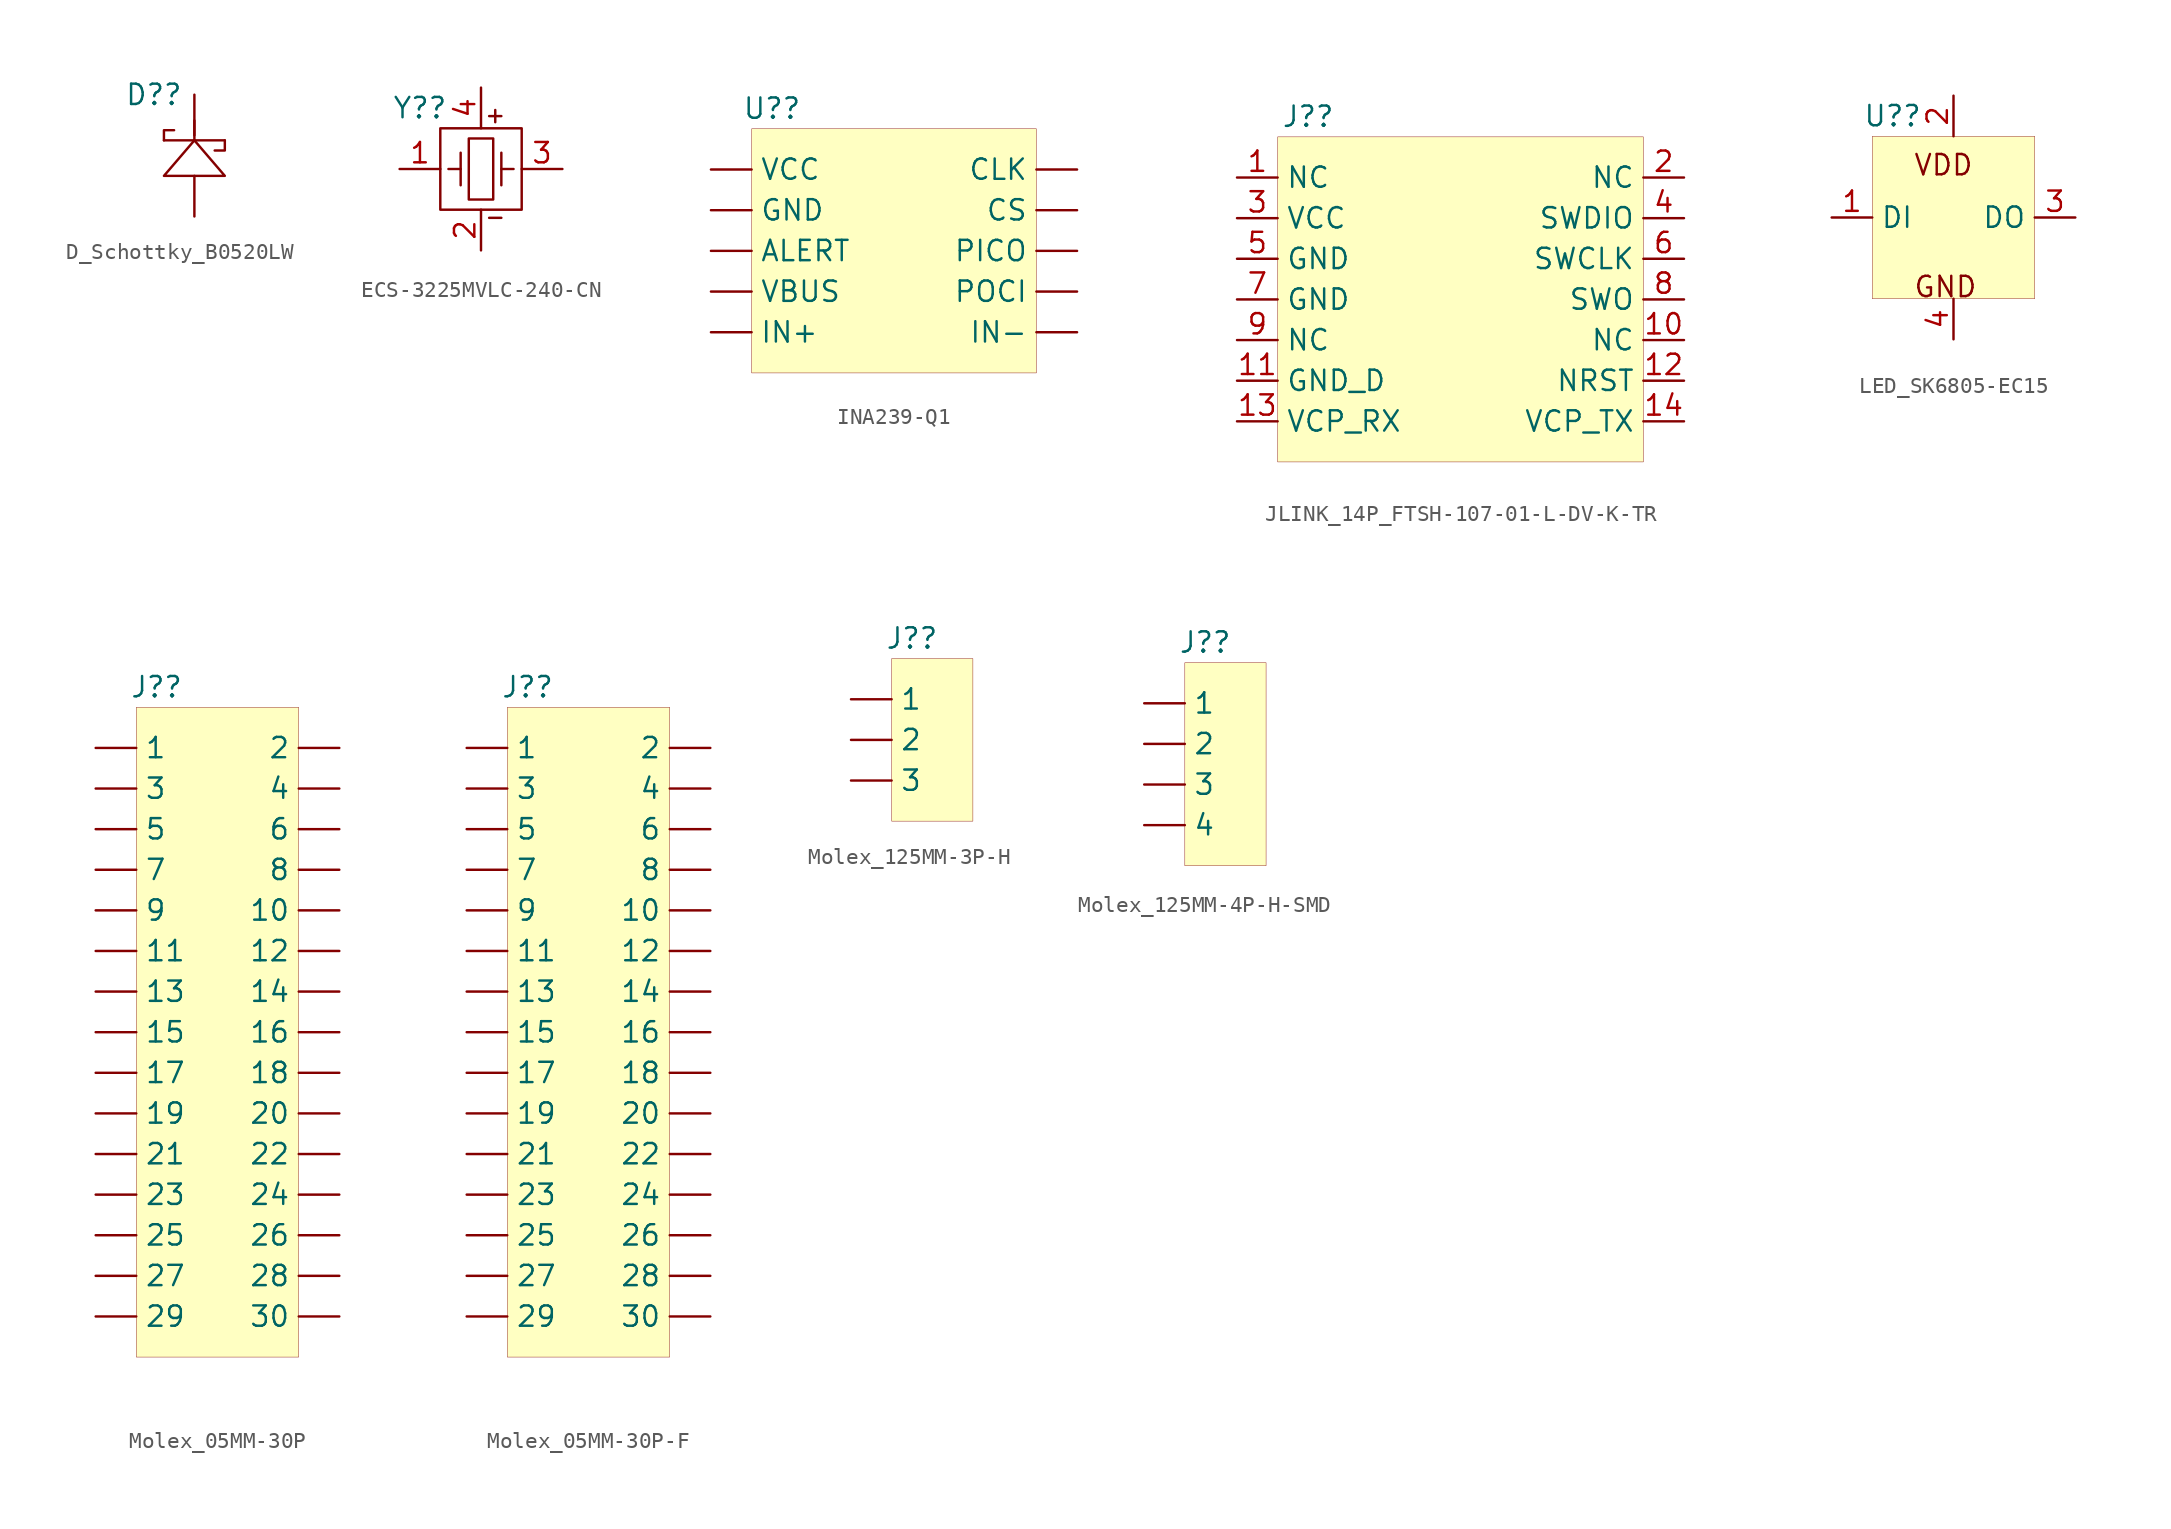
<source format=kicad_sym>
(kicad_symbol_lib
  (version 20241209)
  (generator "kicad_symbol_editor")
  (generator_version "9.0")
  (symbol "D_Schottky_B0520LW"
    (pin_numbers
      (hide yes))
    (pin_names
      (hide yes))
    (property "Reference" "D?"
      (at -2.54 3.81 0)
      (effects (font (size 1.27 1.27))))
    (property "Value" ""
      (at 0 0 0)
      (effects (font (size 1.27 1.27))))
    (symbol "D_Schottky_B0520LW_1_0"
      (polyline (pts (xy -1.905 0.953) (xy 0 0.953)) (stroke (width 0) (type solid)) (fill (type none)))
      (polyline (pts (xy -1.905 0.953) (xy -1.905 1.588) (xy -1.27 1.588)) (stroke (width 0) (type solid)) (fill (type none)))
      (polyline (pts (xy -1.905 -1.27) (xy 1.905 -1.27) (xy 0 0.953) (xy -1.905 -1.27)) (stroke (width 0) (type solid)) (fill (type none)))
      (polyline (pts (xy 0 0.924) (xy 0 2.194)) (stroke (width 0) (type solid)) (fill (type none)))
      (polyline (pts (xy 1.905 0.953) (xy 0 0.953)) (stroke (width 0) (type solid)) (fill (type none)))
      (polyline (pts (xy 1.905 0.953) (xy 1.905 0.318) (xy 1.27 0.318)) (stroke (width 0) (type solid)) (fill (type none)))
      (pin passive line (at 0 3.81 270) (length 2.54) (name "2" (effects (font (size 1.27 1.27)))) (number "2" (effects (font (size 1.27 1.27)))))
      (pin passive line (at 0 -3.81 90) (length 2.54) (name "1" (effects (font (size 1.27 1.27)))) (number "1" (effects (font (size 1.27 1.27)))))))
  (symbol "ECS-3225MVLC-240-CN"
    (pin_names
      (hide yes))
    (property "Reference" "Y?"
      (at -3.81 3.81 0)
      (effects (font (size 1.27 1.27))))
    (property "Value" ""
      (at 0 0 0)
      (effects (font (size 1.27 1.27))))
    (symbol "ECS-3225MVLC-240-CN_1_0"
      (polyline (pts (xy -2.54 2.54) (xy 2.54 2.54) (xy 2.54 -2.54) (xy -2.54 -2.54) (xy -2.54 2.54)) (stroke (width 0) (type solid)) (fill (type none)))
      (polyline (pts (xy -2.032 0) (xy -1.27 0)) (stroke (width 0) (type solid)) (fill (type none)))
      (polyline (pts (xy -1.27 1.016) (xy -1.27 -1.016)) (stroke (width 0) (type solid)) (fill (type none)))
      (polyline (pts (xy -0.762 1.905) (xy 0.762 1.905) (xy 0.762 -1.905) (xy -0.762 -1.905) (xy -0.762 1.905)) (stroke (width 0) (type solid)) (fill (type none)))
      (polyline (pts (xy 0.889 3.683) (xy 0.889 2.921)) (stroke (width 0) (type solid)) (fill (type none)))
      (polyline (pts (xy 1.27 3.302) (xy 0.508 3.302)) (stroke (width 0) (type solid)) (fill (type none)))
      (polyline (pts (xy 1.27 -1.016) (xy 1.27 1.016)) (stroke (width 0) (type solid)) (fill (type none)))
      (polyline (pts (xy 1.27 -3.048) (xy 0.508 -3.048)) (stroke (width 0) (type solid)) (fill (type none)))
      (polyline (pts (xy 2.032 0) (xy 1.27 0)) (stroke (width 0) (type solid)) (fill (type none)))
      (pin input line (at -5.08 0 0) (length 2.54) (name "1" (effects (font (size 1.27 1.27)))) (number "1" (effects (font (size 1.27 1.27)))))
      (pin power_in line (at 0 5.08 270) (length 2.54) (name "4" (effects (font (size 1.27 1.27)))) (number "4" (effects (font (size 1.27 1.27)))))
      (pin power_in line (at 0 -5.08 90) (length 2.54) (name "2" (effects (font (size 1.27 1.27)))) (number "2" (effects (font (size 1.27 1.27)))))
      (pin output line (at 5.08 0 180) (length 2.54) (name "3" (effects (font (size 1.27 1.27)))) (number "3" (effects (font (size 1.27 1.27)))))))
  (symbol "INA239-Q1"
    (pin_numbers
      (hide yes))
    (property "Reference" "U?"
      (at -7.62 8.89 0)
      (effects (font (size 1.27 1.27))))
    (property "Value" ""
      (at 0 0 0)
      (effects (font (size 1.27 1.27))))
    (symbol "INA239-Q1_1_0"
      (rectangle (start -8.89 7.62) (end 8.89 -7.62) (stroke (width 0.025) (type solid) (color 128 0 0 1)) (fill (type background)))
      (pin passive line (at -11.43 5.08 0) (length 2.54) (name "VCC" (effects (font (size 1.27 1.27)))) (number "6" (effects (font (size 1.27 1.27)))))
      (pin passive line (at -11.43 2.54 0) (length 2.54) (name "GND" (effects (font (size 1.27 1.27)))) (number "7" (effects (font (size 1.27 1.27)))))
      (pin passive line (at -11.43 0 0) (length 2.54) (name "ALERT" (effects (font (size 1.27 1.27)))) (number "3" (effects (font (size 1.27 1.27)))))
      (pin passive line (at -11.43 -2.54 0) (length 2.54) (name "VBUS" (effects (font (size 1.27 1.27)))) (number "8" (effects (font (size 1.27 1.27)))))
      (pin passive line (at -11.43 -5.08 0) (length 2.54) (name "IN+" (effects (font (size 1.27 1.27)))) (number "10" (effects (font (size 1.27 1.27)))))
      (pin passive line (at 11.43 5.08 180) (length 2.54) (name "CLK" (effects (font (size 1.27 1.27)))) (number "5" (effects (font (size 1.27 1.27)))))
      (pin passive line (at 11.43 2.54 180) (length 2.54) (name "CS" (effects (font (size 1.27 1.27)))) (number "1" (effects (font (size 1.27 1.27)))))
      (pin passive line (at 11.43 0 180) (length 2.54) (name "PICO" (effects (font (size 1.27 1.27)))) (number "2" (effects (font (size 1.27 1.27)))))
      (pin passive line (at 11.43 -2.54 180) (length 2.54) (name "POCI" (effects (font (size 1.27 1.27)))) (number "4" (effects (font (size 1.27 1.27)))))
      (pin passive line (at 11.43 -5.08 180) (length 2.54) (name "IN-" (effects (font (size 1.27 1.27)))) (number "9" (effects (font (size 1.27 1.27)))))))
  (symbol "JLINK_14P_FTSH-107-01-L-DV-K-TR"
    (property "Reference" "J?"
      (at -3.175 8.89 0)
      (effects (font (size 1.27 1.27))))
    (property "Value" ""
      (at 0 0 0)
      (effects (font (size 1.27 1.27))))
    (symbol "JLINK_14P_FTSH-107-01-L-DV-K-TR_1_0"
      (rectangle (start 17.78 7.62) (end -5.08 -12.7) (stroke (width 0.025) (type solid) (color 128 0 0 1)) (fill (type background)))
      (pin passive line (at -7.62 5.08 0) (length 2.54) (name "NC" (effects (font (size 1.27 1.27)))) (number "1" (effects (font (size 1.27 1.27)))))
      (pin passive line (at -7.62 2.54 0) (length 2.54) (name "VCC" (effects (font (size 1.27 1.27)))) (number "3" (effects (font (size 1.27 1.27)))))
      (pin passive line (at -7.62 0 0) (length 2.54) (name "GND" (effects (font (size 1.27 1.27)))) (number "5" (effects (font (size 1.27 1.27)))))
      (pin passive line (at -7.62 -2.54 0) (length 2.54) (name "GND" (effects (font (size 1.27 1.27)))) (number "7" (effects (font (size 1.27 1.27)))))
      (pin passive line (at -7.62 -5.08 0) (length 2.54) (name "NC" (effects (font (size 1.27 1.27)))) (number "9" (effects (font (size 1.27 1.27)))))
      (pin passive line (at -7.62 -7.62 0) (length 2.54) (name "GND_D" (effects (font (size 1.27 1.27)))) (number "11" (effects (font (size 1.27 1.27)))))
      (pin passive line (at -7.62 -10.16 0) (length 2.54) (name "VCP_RX" (effects (font (size 1.27 1.27)))) (number "13" (effects (font (size 1.27 1.27)))))
      (pin passive line (at 20.32 5.08 180) (length 2.54) (name "NC" (effects (font (size 1.27 1.27)))) (number "2" (effects (font (size 1.27 1.27)))))
      (pin passive line (at 20.32 2.54 180) (length 2.54) (name "SWDIO" (effects (font (size 1.27 1.27)))) (number "4" (effects (font (size 1.27 1.27)))))
      (pin passive line (at 20.32 0 180) (length 2.54) (name "SWCLK" (effects (font (size 1.27 1.27)))) (number "6" (effects (font (size 1.27 1.27)))))
      (pin passive line (at 20.32 -2.54 180) (length 2.54) (name "SWO" (effects (font (size 1.27 1.27)))) (number "8" (effects (font (size 1.27 1.27)))))
      (pin passive line (at 20.32 -5.08 180) (length 2.54) (name "NC" (effects (font (size 1.27 1.27)))) (number "10" (effects (font (size 1.27 1.27)))))
      (pin passive line (at 20.32 -7.62 180) (length 2.54) (name "NRST" (effects (font (size 1.27 1.27)))) (number "12" (effects (font (size 1.27 1.27)))))
      (pin passive line (at 20.32 -10.16 180) (length 2.54) (name "VCP_TX" (effects (font (size 1.27 1.27)))) (number "14" (effects (font (size 1.27 1.27)))))))
  (symbol "LED_SK6805-EC15"
    (property "Reference" "U?"
      (at -3.81 8.89 0)
      (effects (font (size 1.27 1.27))))
    (property "Value" ""
      (at 0 0 0)
      (effects (font (size 1.27 1.27))))
    (symbol "LED_SK6805-EC15_1_0"
      (rectangle (start 5.08 7.62) (end -5.08 -2.54) (stroke (width 0.025) (type solid) (color 128 0 0 1)) (fill (type background)))
      (text "VDD" (at -2.54 5.08 0) (effects (font (size 1.27 1.27)) (justify left bottom)))
      (text "GND" (at -2.54 -2.54 0) (effects (font (size 1.27 1.27)) (justify left bottom)))
      (pin passive line (at -7.62 2.54 0) (length 2.54) (name "DI" (effects (font (size 1.27 1.27)))) (number "1" (effects (font (size 1.27 1.27)))))
      (pin passive line (at 0 10.16 270) (length 2.54) (name "VDD" (effects (font (size 0 0)))) (number "2" (effects (font (size 1.27 1.27)))))
      (pin passive line (at 0 -5.08 90) (length 2.54) (name "GND" (effects (font (size 0 0)))) (number "4" (effects (font (size 1.27 1.27)))))
      (pin passive line (at 7.62 2.54 180) (length 2.54) (name "DO" (effects (font (size 1.27 1.27)))) (number "3" (effects (font (size 1.27 1.27)))))))
  (symbol "Molex_05MM-30P"
    (pin_numbers
      (hide yes))
    (property "Reference" "J?"
      (at -3.81 13.97 0)
      (effects (font (size 1.27 1.27))))
    (property "Value" ""
      (at 0 0 0)
      (effects (font (size 1.27 1.27))))
    (symbol "Molex_05MM-30P_1_0"
      (rectangle (start 5.08 12.7) (end -5.08 -27.94) (stroke (width 0.025) (type solid) (color 128 0 0 1)) (fill (type background)))
      (pin passive line (at -7.62 10.16 0) (length 2.54) (name "1" (effects (font (size 1.27 1.27)))) (number "1" (effects (font (size 1.27 1.27)))))
      (pin passive line (at -7.62 7.62 0) (length 2.54) (name "3" (effects (font (size 1.27 1.27)))) (number "3" (effects (font (size 1.27 1.27)))))
      (pin passive line (at -7.62 5.08 0) (length 2.54) (name "5" (effects (font (size 1.27 1.27)))) (number "5" (effects (font (size 1.27 1.27)))))
      (pin passive line (at -7.62 2.54 0) (length 2.54) (name "7" (effects (font (size 1.27 1.27)))) (number "7" (effects (font (size 1.27 1.27)))))
      (pin passive line (at -7.62 0 0) (length 2.54) (name "9" (effects (font (size 1.27 1.27)))) (number "9" (effects (font (size 1.27 1.27)))))
      (pin passive line (at -7.62 -2.54 0) (length 2.54) (name "11" (effects (font (size 1.27 1.27)))) (number "11" (effects (font (size 1.27 1.27)))))
      (pin passive line (at -7.62 -5.08 0) (length 2.54) (name "13" (effects (font (size 1.27 1.27)))) (number "13" (effects (font (size 1.27 1.27)))))
      (pin passive line (at -7.62 -7.62 0) (length 2.54) (name "15" (effects (font (size 1.27 1.27)))) (number "15" (effects (font (size 1.27 1.27)))))
      (pin passive line (at -7.62 -10.16 0) (length 2.54) (name "17" (effects (font (size 1.27 1.27)))) (number "17" (effects (font (size 1.27 1.27)))))
      (pin passive line (at -7.62 -12.7 0) (length 2.54) (name "19" (effects (font (size 1.27 1.27)))) (number "19" (effects (font (size 1.27 1.27)))))
      (pin passive line (at -7.62 -15.24 0) (length 2.54) (name "21" (effects (font (size 1.27 1.27)))) (number "21" (effects (font (size 1.27 1.27)))))
      (pin passive line (at -7.62 -17.78 0) (length 2.54) (name "23" (effects (font (size 1.27 1.27)))) (number "23" (effects (font (size 1.27 1.27)))))
      (pin passive line (at -7.62 -20.32 0) (length 2.54) (name "25" (effects (font (size 1.27 1.27)))) (number "25" (effects (font (size 1.27 1.27)))))
      (pin passive line (at -7.62 -22.86 0) (length 2.54) (name "27" (effects (font (size 1.27 1.27)))) (number "27" (effects (font (size 1.27 1.27)))))
      (pin passive line (at -7.62 -25.4 0) (length 2.54) (name "29" (effects (font (size 1.27 1.27)))) (number "29" (effects (font (size 1.27 1.27)))))
      (pin passive line (at 7.62 10.16 180) (length 2.54) (name "2" (effects (font (size 1.27 1.27)))) (number "2" (effects (font (size 1.27 1.27)))))
      (pin passive line (at 7.62 7.62 180) (length 2.54) (name "4" (effects (font (size 1.27 1.27)))) (number "4" (effects (font (size 1.27 1.27)))))
      (pin passive line (at 7.62 5.08 180) (length 2.54) (name "6" (effects (font (size 1.27 1.27)))) (number "6" (effects (font (size 1.27 1.27)))))
      (pin passive line (at 7.62 2.54 180) (length 2.54) (name "8" (effects (font (size 1.27 1.27)))) (number "8" (effects (font (size 1.27 1.27)))))
      (pin passive line (at 7.62 0 180) (length 2.54) (name "10" (effects (font (size 1.27 1.27)))) (number "10" (effects (font (size 1.27 1.27)))))
      (pin passive line (at 7.62 -2.54 180) (length 2.54) (name "12" (effects (font (size 1.27 1.27)))) (number "12" (effects (font (size 1.27 1.27)))))
      (pin passive line (at 7.62 -5.08 180) (length 2.54) (name "14" (effects (font (size 1.27 1.27)))) (number "14" (effects (font (size 1.27 1.27)))))
      (pin passive line (at 7.62 -7.62 180) (length 2.54) (name "16" (effects (font (size 1.27 1.27)))) (number "16" (effects (font (size 1.27 1.27)))))
      (pin passive line (at 7.62 -10.16 180) (length 2.54) (name "18" (effects (font (size 1.27 1.27)))) (number "18" (effects (font (size 1.27 1.27)))))
      (pin passive line (at 7.62 -12.7 180) (length 2.54) (name "20" (effects (font (size 1.27 1.27)))) (number "20" (effects (font (size 1.27 1.27)))))
      (pin passive line (at 7.62 -15.24 180) (length 2.54) (name "22" (effects (font (size 1.27 1.27)))) (number "22" (effects (font (size 1.27 1.27)))))
      (pin passive line (at 7.62 -17.78 180) (length 2.54) (name "24" (effects (font (size 1.27 1.27)))) (number "24" (effects (font (size 1.27 1.27)))))
      (pin passive line (at 7.62 -20.32 180) (length 2.54) (name "26" (effects (font (size 1.27 1.27)))) (number "26" (effects (font (size 1.27 1.27)))))
      (pin passive line (at 7.62 -22.86 180) (length 2.54) (name "28" (effects (font (size 1.27 1.27)))) (number "28" (effects (font (size 1.27 1.27)))))
      (pin passive line (at 7.62 -25.4 180) (length 2.54) (name "30" (effects (font (size 1.27 1.27)))) (number "30" (effects (font (size 1.27 1.27)))))))
  (symbol "Molex_05MM-30P-F"
    (pin_numbers
      (hide yes))
    (property "Reference" "J?"
      (at -3.81 13.97 0)
      (effects (font (size 1.27 1.27))))
    (property "Value" ""
      (at 0 0 0)
      (effects (font (size 1.27 1.27))))
    (symbol "Molex_05MM-30P-F_1_0"
      (rectangle (start 5.08 12.7) (end -5.08 -27.94) (stroke (width 0.025) (type solid) (color 128 0 0 1)) (fill (type background)))
      (pin passive line (at -7.62 10.16 0) (length 2.54) (name "1" (effects (font (size 1.27 1.27)))) (number "1" (effects (font (size 1.27 1.27)))))
      (pin passive line (at -7.62 7.62 0) (length 2.54) (name "3" (effects (font (size 1.27 1.27)))) (number "3" (effects (font (size 1.27 1.27)))))
      (pin passive line (at -7.62 5.08 0) (length 2.54) (name "5" (effects (font (size 1.27 1.27)))) (number "5" (effects (font (size 1.27 1.27)))))
      (pin passive line (at -7.62 2.54 0) (length 2.54) (name "7" (effects (font (size 1.27 1.27)))) (number "7" (effects (font (size 1.27 1.27)))))
      (pin passive line (at -7.62 0 0) (length 2.54) (name "9" (effects (font (size 1.27 1.27)))) (number "9" (effects (font (size 1.27 1.27)))))
      (pin passive line (at -7.62 -2.54 0) (length 2.54) (name "11" (effects (font (size 1.27 1.27)))) (number "11" (effects (font (size 1.27 1.27)))))
      (pin passive line (at -7.62 -5.08 0) (length 2.54) (name "13" (effects (font (size 1.27 1.27)))) (number "13" (effects (font (size 1.27 1.27)))))
      (pin passive line (at -7.62 -7.62 0) (length 2.54) (name "15" (effects (font (size 1.27 1.27)))) (number "15" (effects (font (size 1.27 1.27)))))
      (pin passive line (at -7.62 -10.16 0) (length 2.54) (name "17" (effects (font (size 1.27 1.27)))) (number "17" (effects (font (size 1.27 1.27)))))
      (pin passive line (at -7.62 -12.7 0) (length 2.54) (name "19" (effects (font (size 1.27 1.27)))) (number "19" (effects (font (size 1.27 1.27)))))
      (pin passive line (at -7.62 -15.24 0) (length 2.54) (name "21" (effects (font (size 1.27 1.27)))) (number "21" (effects (font (size 1.27 1.27)))))
      (pin passive line (at -7.62 -17.78 0) (length 2.54) (name "23" (effects (font (size 1.27 1.27)))) (number "23" (effects (font (size 1.27 1.27)))))
      (pin passive line (at -7.62 -20.32 0) (length 2.54) (name "25" (effects (font (size 1.27 1.27)))) (number "25" (effects (font (size 1.27 1.27)))))
      (pin passive line (at -7.62 -22.86 0) (length 2.54) (name "27" (effects (font (size 1.27 1.27)))) (number "27" (effects (font (size 1.27 1.27)))))
      (pin passive line (at -7.62 -25.4 0) (length 2.54) (name "29" (effects (font (size 1.27 1.27)))) (number "29" (effects (font (size 1.27 1.27)))))
      (pin passive line (at 7.62 10.16 180) (length 2.54) (name "2" (effects (font (size 1.27 1.27)))) (number "2" (effects (font (size 1.27 1.27)))))
      (pin passive line (at 7.62 7.62 180) (length 2.54) (name "4" (effects (font (size 1.27 1.27)))) (number "4" (effects (font (size 1.27 1.27)))))
      (pin passive line (at 7.62 5.08 180) (length 2.54) (name "6" (effects (font (size 1.27 1.27)))) (number "6" (effects (font (size 1.27 1.27)))))
      (pin passive line (at 7.62 2.54 180) (length 2.54) (name "8" (effects (font (size 1.27 1.27)))) (number "8" (effects (font (size 1.27 1.27)))))
      (pin passive line (at 7.62 0 180) (length 2.54) (name "10" (effects (font (size 1.27 1.27)))) (number "10" (effects (font (size 1.27 1.27)))))
      (pin passive line (at 7.62 -2.54 180) (length 2.54) (name "12" (effects (font (size 1.27 1.27)))) (number "12" (effects (font (size 1.27 1.27)))))
      (pin passive line (at 7.62 -5.08 180) (length 2.54) (name "14" (effects (font (size 1.27 1.27)))) (number "14" (effects (font (size 1.27 1.27)))))
      (pin passive line (at 7.62 -7.62 180) (length 2.54) (name "16" (effects (font (size 1.27 1.27)))) (number "16" (effects (font (size 1.27 1.27)))))
      (pin passive line (at 7.62 -10.16 180) (length 2.54) (name "18" (effects (font (size 1.27 1.27)))) (number "18" (effects (font (size 1.27 1.27)))))
      (pin passive line (at 7.62 -12.7 180) (length 2.54) (name "20" (effects (font (size 1.27 1.27)))) (number "20" (effects (font (size 1.27 1.27)))))
      (pin passive line (at 7.62 -15.24 180) (length 2.54) (name "22" (effects (font (size 1.27 1.27)))) (number "22" (effects (font (size 1.27 1.27)))))
      (pin passive line (at 7.62 -17.78 180) (length 2.54) (name "24" (effects (font (size 1.27 1.27)))) (number "24" (effects (font (size 1.27 1.27)))))
      (pin passive line (at 7.62 -20.32 180) (length 2.54) (name "26" (effects (font (size 1.27 1.27)))) (number "26" (effects (font (size 1.27 1.27)))))
      (pin passive line (at 7.62 -22.86 180) (length 2.54) (name "28" (effects (font (size 1.27 1.27)))) (number "28" (effects (font (size 1.27 1.27)))))
      (pin passive line (at 7.62 -25.4 180) (length 2.54) (name "30" (effects (font (size 1.27 1.27)))) (number "30" (effects (font (size 1.27 1.27)))))))
  (symbol "Molex_125MM-3P-H"
    (pin_numbers
      (hide yes))
    (property "Reference" "J?"
      (at -1.27 6.35 0)
      (effects (font (size 1.27 1.27))))
    (property "Value" ""
      (at 0 0 0)
      (effects (font (size 1.27 1.27))))
    (symbol "Molex_125MM-3P-H_1_0"
      (rectangle (start -2.54 5.08) (end 2.54 -5.08) (stroke (width 0.025) (type solid) (color 128 0 0 1)) (fill (type background)))
      (pin passive line (at -5.08 2.54 0) (length 2.54) (name "1" (effects (font (size 1.27 1.27)))) (number "1" (effects (font (size 1.27 1.27)))))
      (pin passive line (at -5.08 0 0) (length 2.54) (name "2" (effects (font (size 1.27 1.27)))) (number "2" (effects (font (size 1.27 1.27)))))
      (pin passive line (at -5.08 -2.54 0) (length 2.54) (name "3" (effects (font (size 1.27 1.27)))) (number "3" (effects (font (size 1.27 1.27)))))))
  (symbol "Molex_125MM-4P-H-SMD"
    (pin_numbers
      (hide yes))
    (property "Reference" "J?"
      (at -3.81 6.35 0)
      (effects (font (size 1.27 1.27))))
    (property "Value" ""
      (at 0 0 0)
      (effects (font (size 1.27 1.27))))
    (symbol "Molex_125MM-4P-H-SMD_1_0"
      (rectangle (start 0 5.08) (end -5.08 -7.62) (stroke (width 0.025) (type solid) (color 128 0 0 1)) (fill (type background)))
      (pin passive line (at -7.62 2.54 0) (length 2.54) (name "1" (effects (font (size 1.27 1.27)))) (number "1" (effects (font (size 1.27 1.27)))))
      (pin passive line (at -7.62 0 0) (length 2.54) (name "2" (effects (font (size 1.27 1.27)))) (number "2" (effects (font (size 1.27 1.27)))))
      (pin passive line (at -7.62 -2.54 0) (length 2.54) (name "3" (effects (font (size 1.27 1.27)))) (number "3" (effects (font (size 1.27 1.27)))))
      (pin passive line (at -7.62 -5.08 0) (length 2.54) (name "4" (effects (font (size 1.27 1.27)))) (number "4" (effects (font (size 1.27 1.27))))))))
</source>
